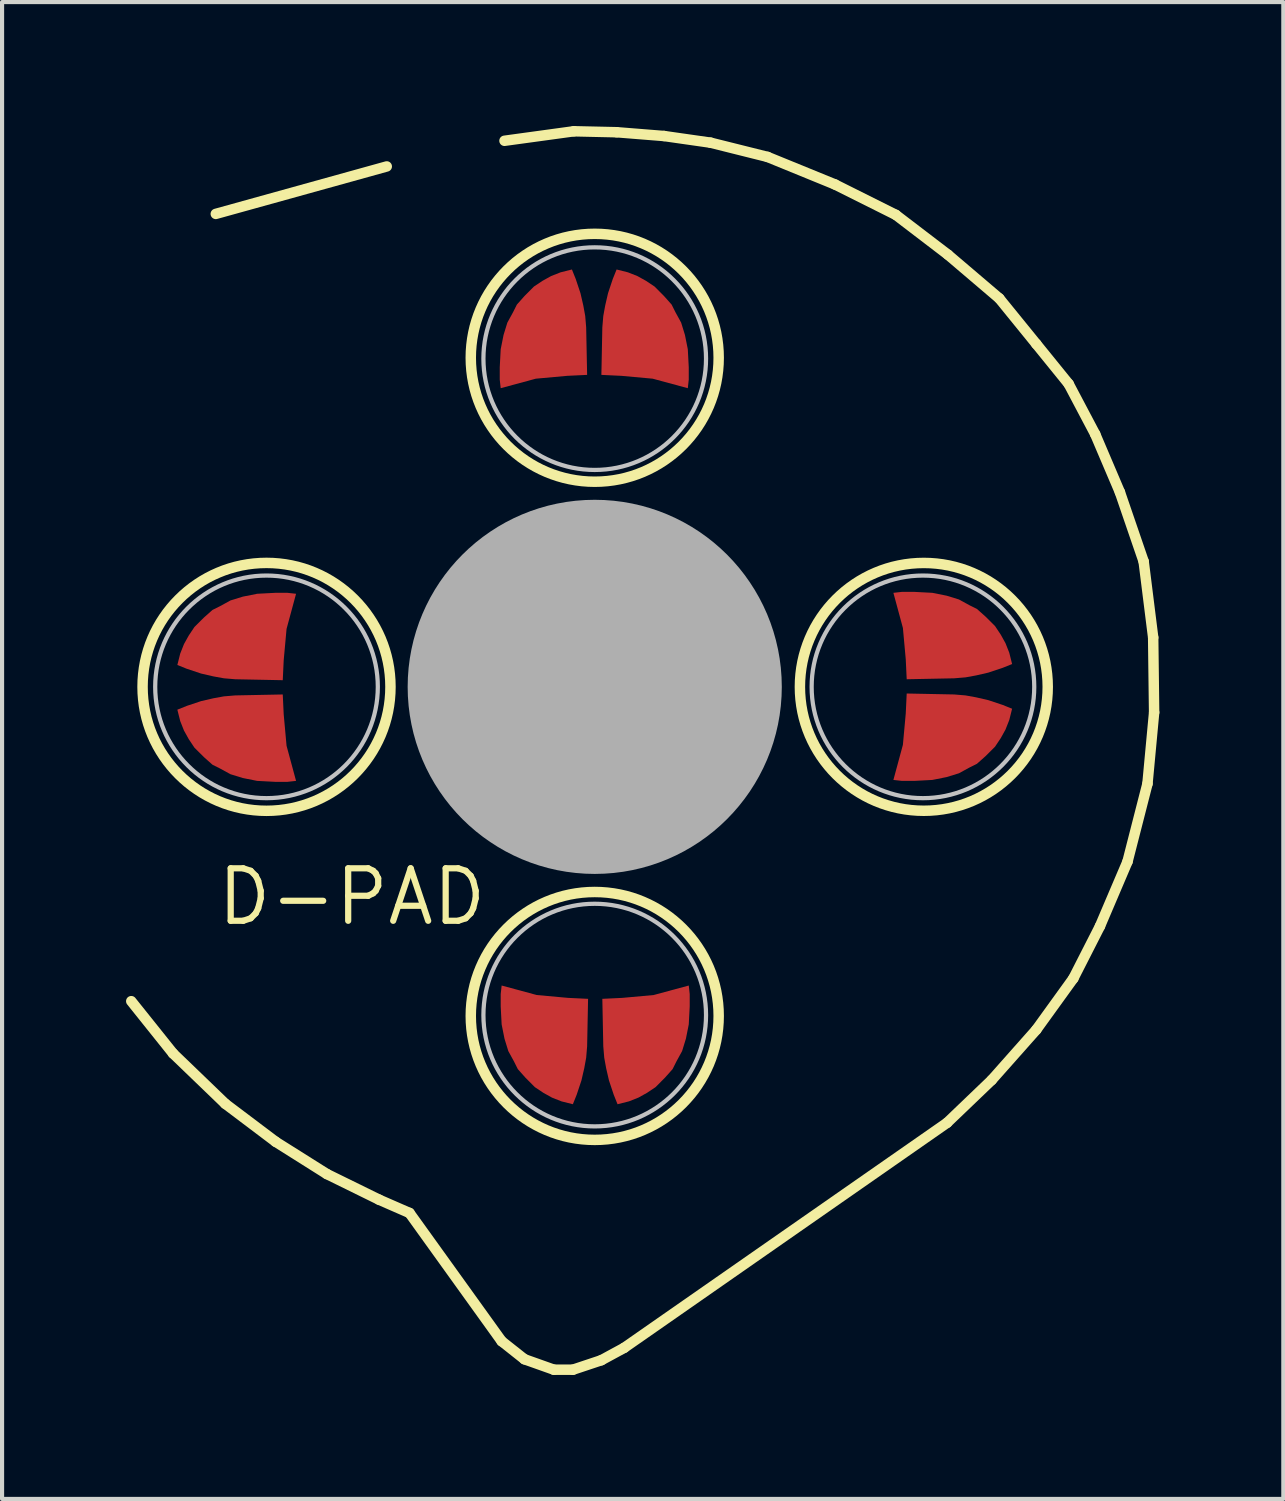
<source format=kicad_pcb>
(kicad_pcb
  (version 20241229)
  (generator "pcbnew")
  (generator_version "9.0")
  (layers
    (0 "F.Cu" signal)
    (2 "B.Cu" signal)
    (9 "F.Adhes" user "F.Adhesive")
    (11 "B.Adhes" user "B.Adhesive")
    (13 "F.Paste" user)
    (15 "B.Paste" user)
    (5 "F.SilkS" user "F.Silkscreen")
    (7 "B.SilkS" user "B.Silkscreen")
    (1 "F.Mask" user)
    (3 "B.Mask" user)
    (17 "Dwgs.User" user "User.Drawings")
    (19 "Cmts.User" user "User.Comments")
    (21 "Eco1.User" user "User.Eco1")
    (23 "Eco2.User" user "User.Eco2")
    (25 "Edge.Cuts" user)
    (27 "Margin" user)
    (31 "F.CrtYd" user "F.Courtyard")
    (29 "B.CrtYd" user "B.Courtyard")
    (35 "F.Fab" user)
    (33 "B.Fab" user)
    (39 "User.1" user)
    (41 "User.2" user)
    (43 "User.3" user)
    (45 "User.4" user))
  (footprint "D-PAD"
    (layer "F.Cu")
    (at 11.339 13.568)
    (property "Reference" "D-PAD" (at -2.54 5.08 0) (layer "F.SilkS") (effects (font (size 1.27 1.27) (thickness 0.15)) (justify right)))
    (attr through_hole)
    (fp_poly (pts (xy -7.548 -0.161) (xy -8.697 -0.184) (xy -8.973 -0.207) (xy -9.225 -0.253) (xy -9.524 -0.322) (xy -9.869 -0.437) (xy -10.098 -0.528) (xy -10.03 -0.804) (xy -9.938 -1.034) (xy -9.823 -1.241) (xy -9.685 -1.448) (xy -9.455 -1.677) (xy -9.248 -1.861) (xy -9.064 -1.953) (xy -8.812 -2.091) (xy -8.513 -2.183) (xy -8.168 -2.252) (xy -7.732 -2.275) (xy -7.433 -2.275) (xy -7.226 -2.252) (xy -7.456 -1.402) (xy -7.525 -0.643)) (stroke (width 0) (type solid)) (fill yes) (layer "F.Mask"))
    (fp_poly (pts (xy -7.548 0.184) (xy -8.697 0.207) (xy -8.973 0.23) (xy -9.225 0.276) (xy -9.524 0.345) (xy -9.869 0.46) (xy -10.098 0.551) (xy -10.03 0.827) (xy -9.938 1.057) (xy -9.823 1.264) (xy -9.685 1.471) (xy -9.455 1.7) (xy -9.248 1.884) (xy -9.064 1.976) (xy -8.812 2.114) (xy -8.513 2.206) (xy -8.168 2.275) (xy -7.732 2.298) (xy -7.433 2.298) (xy -7.226 2.275) (xy -7.456 1.425) (xy -7.525 0.666)) (stroke (width 0) (type solid)) (fill yes) (layer "F.Mask"))
    (fp_poly (pts (xy -0.184 -7.548) (xy -0.207 -8.697) (xy -0.23 -8.973) (xy -0.276 -9.225) (xy -0.345 -9.524) (xy -0.46 -9.869) (xy -0.551 -10.098) (xy -0.827 -10.03) (xy -1.057 -9.938) (xy -1.264 -9.823) (xy -1.471 -9.685) (xy -1.7 -9.455) (xy -1.884 -9.248) (xy -1.976 -9.064) (xy -2.114 -8.812) (xy -2.206 -8.513) (xy -2.275 -8.168) (xy -2.298 -7.732) (xy -2.298 -7.433) (xy -2.275 -7.226) (xy -1.425 -7.456) (xy -0.666 -7.525)) (stroke (width 0) (type solid)) (fill yes) (layer "F.Mask"))
    (fp_poly (pts (xy -0.161 7.548) (xy -0.184 8.697) (xy -0.207 8.973) (xy -0.253 9.225) (xy -0.322 9.524) (xy -0.437 9.869) (xy -0.528 10.098) (xy -0.804 10.03) (xy -1.034 9.938) (xy -1.241 9.823) (xy -1.448 9.685) (xy -1.677 9.455) (xy -1.861 9.248) (xy -1.953 9.064) (xy -2.091 8.812) (xy -2.183 8.513) (xy -2.252 8.168) (xy -2.275 7.732) (xy -2.275 7.433) (xy -2.252 7.226) (xy -1.402 7.456) (xy -0.643 7.525)) (stroke (width 0) (type solid)) (fill yes) (layer "F.Mask"))
    (fp_poly (pts (xy 0.161 -7.548) (xy 0.184 -8.697) (xy 0.207 -8.973) (xy 0.253 -9.225) (xy 0.322 -9.524) (xy 0.437 -9.869) (xy 0.528 -10.098) (xy 0.804 -10.03) (xy 1.034 -9.938) (xy 1.241 -9.823) (xy 1.448 -9.685) (xy 1.677 -9.455) (xy 1.861 -9.248) (xy 1.953 -9.064) (xy 2.091 -8.812) (xy 2.183 -8.513) (xy 2.252 -8.168) (xy 2.275 -7.732) (xy 2.275 -7.433) (xy 2.252 -7.226) (xy 1.402 -7.456) (xy 0.643 -7.525)) (stroke (width 0) (type solid)) (fill yes) (layer "F.Mask"))
    (fp_poly (pts (xy 0.184 7.548) (xy 0.207 8.697) (xy 0.23 8.973) (xy 0.276 9.225) (xy 0.345 9.524) (xy 0.46 9.869) (xy 0.551 10.098) (xy 0.827 10.03) (xy 1.057 9.938) (xy 1.264 9.823) (xy 1.471 9.685) (xy 1.7 9.455) (xy 1.884 9.248) (xy 1.976 9.064) (xy 2.114 8.812) (xy 2.206 8.513) (xy 2.275 8.168) (xy 2.298 7.732) (xy 2.298 7.433) (xy 2.275 7.226) (xy 1.425 7.456) (xy 0.666 7.525)) (stroke (width 0) (type solid)) (fill yes) (layer "F.Mask"))
    (fp_poly (pts (xy 7.548 -0.184) (xy 8.697 -0.207) (xy 8.973 -0.23) (xy 9.225 -0.276) (xy 9.524 -0.345) (xy 9.869 -0.46) (xy 10.098 -0.551) (xy 10.03 -0.827) (xy 9.938 -1.057) (xy 9.823 -1.264) (xy 9.685 -1.471) (xy 9.455 -1.7) (xy 9.248 -1.884) (xy 9.064 -1.976) (xy 8.812 -2.114) (xy 8.513 -2.206) (xy 8.168 -2.275) (xy 7.732 -2.298) (xy 7.433 -2.298) (xy 7.226 -2.275) (xy 7.456 -1.425) (xy 7.525 -0.666)) (stroke (width 0) (type solid)) (fill yes) (layer "F.Mask"))
    (fp_poly (pts (xy 7.548 0.161) (xy 8.697 0.184) (xy 8.973 0.207) (xy 9.225 0.253) (xy 9.524 0.322) (xy 9.869 0.437) (xy 10.098 0.528) (xy 10.03 0.804) (xy 9.938 1.034) (xy 9.823 1.241) (xy 9.685 1.448) (xy 9.455 1.677) (xy 9.248 1.861) (xy 9.064 1.953) (xy 8.812 2.091) (xy 8.513 2.183) (xy 8.168 2.252) (xy 7.732 2.275) (xy 7.433 2.275) (xy 7.226 2.252) (xy 7.456 1.402) (xy 7.525 0.643)) (stroke (width 0) (type solid)) (fill yes) (layer "F.Mask"))
    (fp_line (start -11.213 7.605) (end -10.202 8.869) (stroke (width 0.253) (type solid)) (layer "F.SilkS"))
    (fp_line (start -10.202 8.869) (end -8.938 10.087) (stroke (width 0.253) (type solid)) (layer "F.SilkS"))
    (fp_line (start -9.168 -11.443) (end -5.032 -12.591) (stroke (width 0.253) (type solid)) (layer "F.SilkS"))
    (fp_line (start -8.938 10.087) (end -7.72 11.006) (stroke (width 0.253) (type solid)) (layer "F.SilkS"))
    (fp_line (start -7.72 11.006) (end -6.48 11.787) (stroke (width 0.253) (type solid)) (layer "F.SilkS"))
    (fp_line (start -6.48 11.787) (end -5.216 12.408) (stroke (width 0.253) (type solid)) (layer "F.SilkS"))
    (fp_line (start -5.216 12.408) (end -4.481 12.729) (stroke (width 0.253) (type solid)) (layer "F.SilkS"))
    (fp_line (start -4.481 12.729) (end -2.252 15.831) (stroke (width 0.253) (type solid)) (layer "F.SilkS"))
    (fp_line (start -2.252 15.831) (end -1.7 16.268) (stroke (width 0.253) (type solid)) (layer "F.SilkS"))
    (fp_line (start -1.7 16.268) (end -0.988 16.521) (stroke (width 0.253) (type solid)) (layer "F.SilkS"))
    (fp_line (start -0.988 16.521) (end -0.528 16.521) (stroke (width 0.253) (type solid)) (layer "F.SilkS"))
    (fp_line (start -0.528 16.521) (end 0.161 16.291) (stroke (width 0.253) (type solid)) (layer "F.SilkS"))
    (fp_line (start -0.505 -13.442) (end -2.183 -13.212) (stroke (width 0.253) (type solid)) (layer "F.SilkS"))
    (fp_line (start 0.161 16.291) (end 0.712 15.992) (stroke (width 0.253) (type solid)) (layer "F.SilkS"))
    (fp_line (start 0.528 -13.419) (end -0.505 -13.442) (stroke (width 0.253) (type solid)) (layer "F.SilkS"))
    (fp_line (start 0.712 15.992) (end 8.525 10.547) (stroke (width 0.253) (type solid)) (layer "F.SilkS"))
    (fp_line (start 1.677 -13.327) (end 0.528 -13.419) (stroke (width 0.253) (type solid)) (layer "F.SilkS"))
    (fp_line (start 2.803 -13.166) (end 1.677 -13.327) (stroke (width 0.253) (type solid)) (layer "F.SilkS"))
    (fp_line (start 4.182 -12.821) (end 2.803 -13.166) (stroke (width 0.253) (type solid)) (layer "F.SilkS"))
    (fp_line (start 5.813 -12.155) (end 4.182 -12.821) (stroke (width 0.253) (type solid)) (layer "F.SilkS"))
    (fp_line (start 7.284 -11.42) (end 5.813 -12.155) (stroke (width 0.253) (type solid)) (layer "F.SilkS"))
    (fp_line (start 8.525 10.547) (end 9.604 9.513) (stroke (width 0.253) (type solid)) (layer "F.SilkS"))
    (fp_line (start 8.547 -10.455) (end 7.284 -11.42) (stroke (width 0.253) (type solid)) (layer "F.SilkS"))
    (fp_line (start 9.604 9.513) (end 10.684 8.295) (stroke (width 0.253) (type solid)) (layer "F.SilkS"))
    (fp_line (start 9.788 -9.398) (end 8.547 -10.455) (stroke (width 0.253) (type solid)) (layer "F.SilkS"))
    (fp_line (start 10.684 -8.295) (end 9.788 -9.398) (stroke (width 0.253) (type solid)) (layer "F.SilkS"))
    (fp_line (start 10.684 8.295) (end 11.58 7.054) (stroke (width 0.253) (type solid)) (layer "F.SilkS"))
    (fp_line (start 11.466 -7.33) (end 10.684 -8.295) (stroke (width 0.253) (type solid)) (layer "F.SilkS"))
    (fp_line (start 11.58 7.054) (end 12.224 5.79) (stroke (width 0.253) (type solid)) (layer "F.SilkS"))
    (fp_line (start 12.109 -6.112) (end 11.466 -7.33) (stroke (width 0.253) (type solid)) (layer "F.SilkS"))
    (fp_line (start 12.224 5.79) (end 12.89 4.228) (stroke (width 0.253) (type solid)) (layer "F.SilkS"))
    (fp_line (start 12.706 -4.71) (end 12.109 -6.112) (stroke (width 0.253) (type solid)) (layer "F.SilkS"))
    (fp_line (start 12.89 4.228) (end 13.373 2.344) (stroke (width 0.253) (type solid)) (layer "F.SilkS"))
    (fp_line (start 13.281 -3.033) (end 12.706 -4.71) (stroke (width 0.253) (type solid)) (layer "F.SilkS"))
    (fp_line (start 13.373 2.344) (end 13.534 0.62) (stroke (width 0.253) (type solid)) (layer "F.SilkS"))
    (fp_line (start 13.511 -1.195) (end 13.281 -3.033) (stroke (width 0.253) (type solid)) (layer "F.SilkS"))
    (fp_line (start 13.534 0.62) (end 13.511 -1.195) (stroke (width 0.253) (type solid)) (layer "F.SilkS"))
    (fp_circle (center -7.941 0) (end -4.942 0) (stroke (width 0.253) (type solid)) (fill no) (layer "F.SilkS"))
    (fp_circle (center 0 -7.962) (end 2.999 -7.962) (stroke (width 0.253) (type solid)) (fill no) (layer "F.SilkS"))
    (fp_circle (center 0 7.962) (end 2.999 7.962) (stroke (width 0.253) (type solid)) (fill no) (layer "F.SilkS"))
    (fp_circle (center 7.962 0) (end 10.96 0) (stroke (width 0.253) (type solid)) (fill no) (layer "F.SilkS"))
    (fp_circle (center -7.941 0) (end -5.248 0) (stroke (width 0.102) (type solid)) (fill no) (layer "Dwgs.User"))
    (fp_circle (center 0 -7.941) (end 2.693 -7.941) (stroke (width 0.102) (type solid)) (fill no) (layer "Dwgs.User"))
    (fp_circle (center 0 7.941) (end 2.693 7.941) (stroke (width 0.102) (type solid)) (fill no) (layer "Dwgs.User"))
    (fp_circle (center 7.941 0) (end 10.634 0) (stroke (width 0.102) (type solid)) (fill no) (layer "Dwgs.User"))
    (fp_circle (center 0 0) (end 2.263 0) (stroke (width 4.526) (type solid)) (fill no) (layer "F.Fab"))
    (pad "1" smd custom (at 1.149 -8.444) (size 1.039 0.574) (layers "F.Cu" "F.Mask") (options (anchor rect)) (primitives (gr_poly (pts (xy -0.988 0.896) (xy -0.965 -0.253) (xy -0.942 -0.528) (xy -0.896 -0.781) (xy -0.827 -1.08) (xy -0.712 -1.425) (xy -0.62 -1.654) (xy -0.345 -1.585) (xy -0.115 -1.494) (xy 0.092 -1.379) (xy 0.299 -1.241) (xy 0.528 -1.011) (xy 0.712 -0.804) (xy 0.804 -0.62) (xy 0.942 -0.368) (xy 1.034 -0.069) (xy 1.103 0.276) (xy 1.126 0.712) (xy 1.126 1.011) (xy 1.103 1.218) (xy 0.253 0.988) (xy -0.505 0.919)) (width 0) (fill yes))))
    (pad "2" smd custom (at 1.149 8.444) (size 1.039 0.574) (layers "F.Cu" "F.Mask") (options (anchor rect)) (primitives (gr_poly (pts (xy -0.965 -0.896) (xy -0.942 0.253) (xy -0.919 0.528) (xy -0.873 0.781) (xy -0.804 1.08) (xy -0.689 1.425) (xy -0.597 1.654) (xy -0.322 1.585) (xy -0.092 1.494) (xy 0.115 1.379) (xy 0.322 1.241) (xy 0.551 1.011) (xy 0.735 0.804) (xy 0.827 0.62) (xy 0.965 0.368) (xy 1.057 0.069) (xy 1.126 -0.276) (xy 1.149 -0.712) (xy 1.149 -1.011) (xy 1.126 -1.218) (xy 0.276 -0.988) (xy -0.483 -0.919)) (width 0) (fill yes))))
    (pad "3" smd custom (at -8.444 1.149) (size 1.149 0.574) (layers "F.Cu" "F.Mask") (options (anchor rect)) (primitives (gr_poly (pts (xy 0.896 -0.965) (xy -0.253 -0.942) (xy -0.528 -0.919) (xy -0.781 -0.873) (xy -1.08 -0.804) (xy -1.425 -0.689) (xy -1.654 -0.597) (xy -1.585 -0.322) (xy -1.494 -0.092) (xy -1.379 0.115) (xy -1.241 0.322) (xy -1.011 0.551) (xy -0.804 0.735) (xy -0.62 0.827) (xy -0.368 0.965) (xy -0.069 1.057) (xy 0.276 1.126) (xy 0.712 1.149) (xy 1.011 1.149) (xy 1.218 1.126) (xy 0.988 0.276) (xy 0.919 -0.483)) (width 0) (fill yes))))
    (pad "4" smd custom (at 8.444 1.149) (size 1.149 0.574) (layers "F.Cu" "F.Mask") (options (anchor rect)) (primitives (gr_poly (pts (xy -0.896 -0.988) (xy 0.253 -0.965) (xy 0.528 -0.942) (xy 0.781 -0.896) (xy 1.08 -0.827) (xy 1.425 -0.712) (xy 1.654 -0.62) (xy 1.585 -0.345) (xy 1.494 -0.115) (xy 1.379 0.092) (xy 1.241 0.299) (xy 1.011 0.528) (xy 0.804 0.712) (xy 0.62 0.804) (xy 0.368 0.942) (xy 0.069 1.034) (xy -0.276 1.103) (xy -0.712 1.126) (xy -1.011 1.126) (xy -1.218 1.103) (xy -0.988 0.253) (xy -0.919 -0.505)) (width 0) (fill yes))))
    (pad "5" smd custom (at -1.149 -8.444) (size 1.149 0.574) (layers "F.Cu" "F.Mask") (options (anchor rect)) (primitives (gr_poly (pts (xy 0.965 0.896) (xy 0.942 -0.253) (xy 0.919 -0.528) (xy 0.873 -0.781) (xy 0.804 -1.08) (xy 0.689 -1.425) (xy 0.597 -1.654) (xy 0.322 -1.585) (xy 0.092 -1.494) (xy -0.115 -1.379) (xy -0.322 -1.241) (xy -0.551 -1.011) (xy -0.735 -0.804) (xy -0.827 -0.62) (xy -0.965 -0.368) (xy -1.057 -0.069) (xy -1.126 0.276) (xy -1.149 0.712) (xy -1.149 1.011) (xy -1.126 1.218) (xy -0.276 0.988) (xy 0.483 0.919)) (width 0) (fill yes))))
    (pad "6" smd custom (at -1.149 8.444) (size 1.149 0.574) (layers "F.Cu" "F.Mask") (options (anchor rect)) (primitives (gr_poly (pts (xy 0.988 -0.896) (xy 0.965 0.253) (xy 0.942 0.528) (xy 0.896 0.781) (xy 0.827 1.08) (xy 0.712 1.425) (xy 0.62 1.654) (xy 0.345 1.585) (xy 0.115 1.494) (xy -0.092 1.379) (xy -0.299 1.241) (xy -0.528 1.011) (xy -0.712 0.804) (xy -0.804 0.62) (xy -0.942 0.368) (xy -1.034 0.069) (xy -1.103 -0.276) (xy -1.126 -0.712) (xy -1.126 -1.011) (xy -1.103 -1.218) (xy -0.253 -0.988) (xy 0.505 -0.919)) (width 0) (fill yes))))
    (pad "7" smd custom (at -8.444 -1.149) (size 1.149 0.574) (layers "F.Cu" "F.Mask") (options (anchor rect)) (primitives (gr_poly (pts (xy 0.896 0.988) (xy -0.253 0.965) (xy -0.528 0.942) (xy -0.781 0.896) (xy -1.08 0.827) (xy -1.425 0.712) (xy -1.654 0.62) (xy -1.585 0.345) (xy -1.494 0.115) (xy -1.379 -0.092) (xy -1.241 -0.299) (xy -1.011 -0.528) (xy -0.804 -0.712) (xy -0.62 -0.804) (xy -0.368 -0.942) (xy -0.069 -1.034) (xy 0.276 -1.103) (xy 0.712 -1.126) (xy 1.011 -1.126) (xy 1.218 -1.103) (xy 0.988 -0.253) (xy 0.919 0.505)) (width 0) (fill yes))))
    (pad "8" smd custom (at 8.444 -1.149) (size 1.149 0.574) (layers "F.Cu" "F.Mask") (options (anchor rect)) (primitives (gr_poly (pts (xy -0.896 0.965) (xy 0.253 0.942) (xy 0.528 0.919) (xy 0.781 0.873) (xy 1.08 0.804) (xy 1.425 0.689) (xy 1.654 0.597) (xy 1.585 0.322) (xy 1.494 0.092) (xy 1.379 -0.115) (xy 1.241 -0.322) (xy 1.011 -0.551) (xy 0.804 -0.735) (xy 0.62 -0.827) (xy 0.368 -0.965) (xy 0.069 -1.057) (xy -0.276 -1.126) (xy -0.712 -1.149) (xy -1.011 -1.149) (xy -1.218 -1.126) (xy -0.988 -0.276) (xy -0.919 0.483)) (width 0) (fill yes)))))
  (gr_rect
    (start -3 -3)
    (end 27.999 33.215)
    (stroke (width 0.1) (type default))
    (fill no)
    (layer "Edge.Cuts")))
</source>
